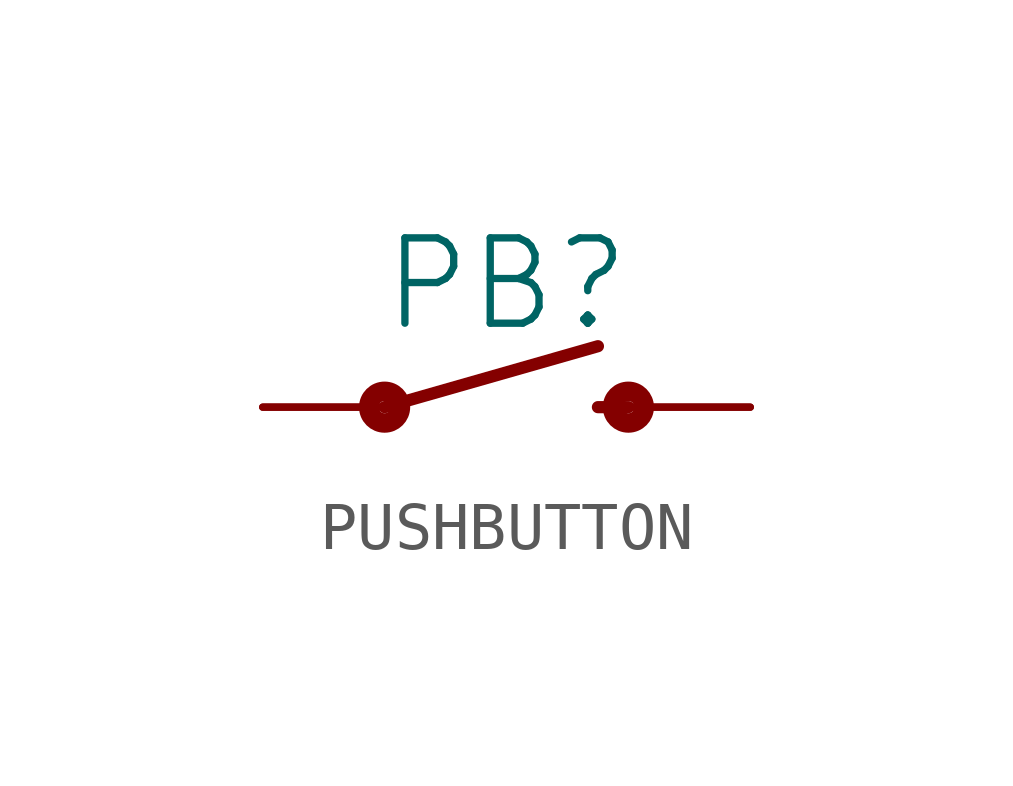
<source format=kicad_sym>
(kicad_symbol_lib
  (version 20220914)
  (generator kicad_symbol_editor)
  (symbol "PUSHBUTTON"
    (property "Reference" "PB"
      (at 0 1.524 0)
      (effects (font (size 1.778 1.778)) (justify bottom)))
    (property "Value" ""
      (at 0 -0.508 0)
      (effects (font (size 1.778 1.778)) (justify top)))
    (property "ki_locked" ""
      (at 0 0 0)
      (effects (font (size 1.27 1.27))))
    (symbol "PUSHBUTTON_1_0"
      (circle (center -2.54 0) (radius 0.127) (stroke (width 0.406) (type solid)) (fill (type none)))
      (polyline (pts (xy -2.54 0) (xy 1.905 1.27)) (stroke (width 0.254) (type solid)) (fill (type none)))
      (polyline (pts (xy 1.905 0) (xy 2.54 0)) (stroke (width 0.254) (type solid)) (fill (type none)))
      (circle (center 2.54 0) (radius 0.127) (stroke (width 0.406) (type solid)) (fill (type none)))
      (pin passive line (at -5.08 0 0) (length 2.54) (name "1" (effects (font (size 0 0)))) (number "1" (effects (font (size 0 0)))))
      (pin passive line (at -5.08 0 0) (length 2.54) (name "1" (effects (font (size 0 0)))) (number "2" (effects (font (size 0 0)))))
      (pin passive line (at 5.08 0 180) (length 2.54) (name "2" (effects (font (size 0 0)))) (number "3" (effects (font (size 0 0)))))
      (pin passive line (at 5.08 0 180) (length 2.54) (name "2" (effects (font (size 0 0)))) (number "4" (effects (font (size 0 0))))))))
</source>
